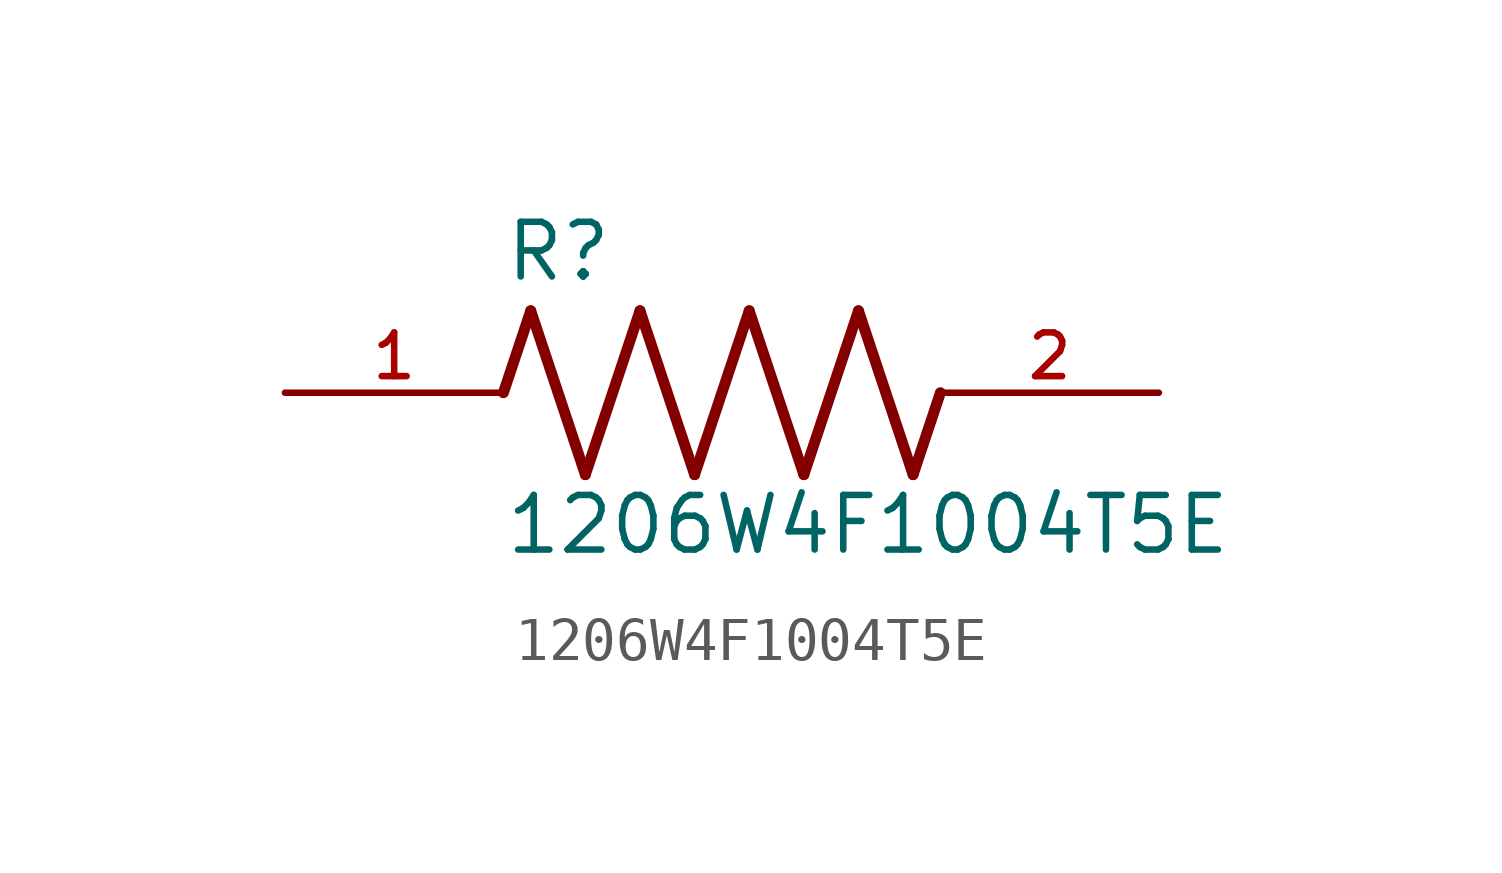
<source format=kicad_sym>
(kicad_symbol_lib
  (version 20211014)
  (generator kicad_symbol_editor)
  (symbol "1206W4F1004T5E"
    (pin_names
      (offset 1.016))
    (property "Reference" "R"
      (at -5.08 2.54 0)
      (effects (font (size 1.27 1.27)) (justify bottom left)))
    (property "Value" "1206W4F1004T5E"
      (at -5.08 -3.81 0)
      (effects (font (size 1.27 1.27)) (justify bottom left)))
    (symbol "1206W4F1004T5E_0_0"
      (polyline (pts (xy -5.08 0.0) (xy -4.445 1.905)) (stroke (width 0.254)))
      (polyline (pts (xy -4.445 1.905) (xy -3.175 -1.905)) (stroke (width 0.254)))
      (polyline (pts (xy -3.175 -1.905) (xy -1.905 1.905)) (stroke (width 0.254)))
      (polyline (pts (xy -1.905 1.905) (xy -0.635 -1.905)) (stroke (width 0.254)))
      (polyline (pts (xy -0.635 -1.905) (xy 0.635 1.905)) (stroke (width 0.254)))
      (polyline (pts (xy 0.635 1.905) (xy 1.905 -1.905)) (stroke (width 0.254)))
      (polyline (pts (xy 1.905 -1.905) (xy 3.175 1.905)) (stroke (width 0.254)))
      (polyline (pts (xy 3.175 1.905) (xy 4.445 -1.905)) (stroke (width 0.254)))
      (polyline (pts (xy 4.445 -1.905) (xy 5.08 0.0)) (stroke (width 0.254)))
      (pin passive line (at -10.16 0.0 0) (length 5.08) (name "~" (effects (font (size 1.016 1.016)))) (number "1" (effects (font (size 1.016 1.016)))))
      (pin passive line (at 10.16 0.0 180.0) (length 5.08) (name "~" (effects (font (size 1.016 1.016)))) (number "2" (effects (font (size 1.016 1.016))))))))
</source>
